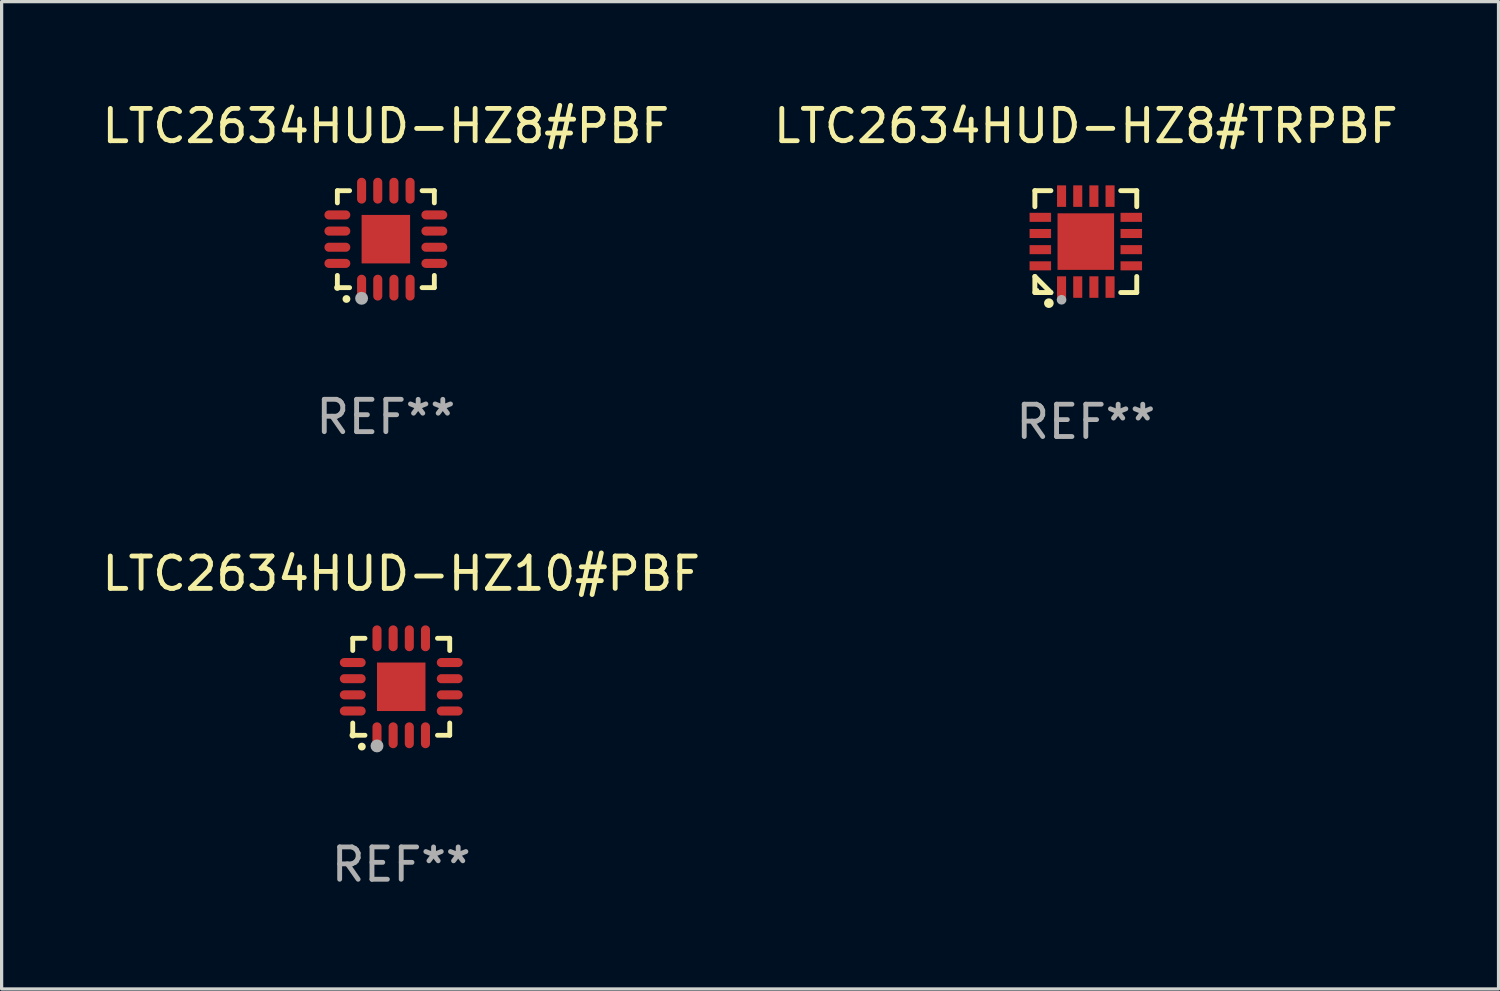
<source format=kicad_pcb>
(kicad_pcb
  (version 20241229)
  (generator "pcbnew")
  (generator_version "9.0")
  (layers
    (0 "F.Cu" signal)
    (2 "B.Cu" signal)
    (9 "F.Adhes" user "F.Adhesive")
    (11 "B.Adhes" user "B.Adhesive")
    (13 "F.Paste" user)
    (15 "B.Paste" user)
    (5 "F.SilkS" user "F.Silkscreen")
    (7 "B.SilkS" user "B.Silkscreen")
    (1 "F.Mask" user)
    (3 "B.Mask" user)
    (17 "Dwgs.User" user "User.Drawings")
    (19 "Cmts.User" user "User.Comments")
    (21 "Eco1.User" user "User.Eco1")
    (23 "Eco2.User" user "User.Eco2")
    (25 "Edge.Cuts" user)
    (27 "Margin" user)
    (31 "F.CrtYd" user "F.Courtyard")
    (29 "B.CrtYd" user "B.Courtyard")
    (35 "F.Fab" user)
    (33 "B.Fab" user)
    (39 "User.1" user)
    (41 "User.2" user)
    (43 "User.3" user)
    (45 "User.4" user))
  (footprint "LTC2634HUD-HZ10#PBF"
    (layer "F.Cu")
    (at 9.363 18.197)
    (property "Reference" "LTC2634HUD-HZ10#PBF" (at 0 -3.5 0) (layer "F.SilkS") (effects (font (size 1 1) (thickness 0.15))))
    (attr through_hole)
    (fp_line (start -1.5 -1.5) (end -1.121 -1.5) (stroke (width 0.15) (type solid)) (layer "F.SilkS"))
    (fp_line (start -1.5 -1.122) (end -1.5 -1.5) (stroke (width 0.15) (type solid)) (layer "F.SilkS"))
    (fp_line (start -1.5 1.5) (end -1.5 1.121) (stroke (width 0.15) (type solid)) (layer "F.SilkS"))
    (fp_line (start -1.121 1.5) (end -1.5 1.5) (stroke (width 0.15) (type solid)) (layer "F.SilkS"))
    (fp_line (start 1.121 -1.5) (end 1.5 -1.5) (stroke (width 0.15) (type solid)) (layer "F.SilkS"))
    (fp_line (start 1.5 -1.5) (end 1.5 -1.122) (stroke (width 0.15) (type solid)) (layer "F.SilkS"))
    (fp_line (start 1.5 1.121) (end 1.5 1.5) (stroke (width 0.15) (type solid)) (layer "F.SilkS"))
    (fp_line (start 1.5 1.5) (end 1.121 1.5) (stroke (width 0.15) (type solid)) (layer "F.SilkS"))
    (fp_arc (start -1.219926 1.850254) (mid -1.21891 1.85025) (end -1.217894 1.850254) (stroke (width 0.240005) (type solid)) (layer "F.SilkS"))
    (fp_circle (center -1.5 1.5) (end -1.45 1.5) (stroke (width 0.1) (type solid)) (fill no) (layer "F.SilkS"))
    (fp_circle (center -0.75 1.83) (end -0.65 1.83) (stroke (width 0.2) (type solid)) (fill no) (layer "F.Fab"))
    (fp_text user "REF**" (at 0 5.5 0) (layer "F.Fab") (effects (font (size 1 1) (thickness 0.15))))
    (pad "1" smd oval (at -0.75 1.5) (size 0.28 0.8) (layers "F.Cu" "F.Mask" "F.Paste"))
    (pad "2" smd oval (at -0.25 1.5) (size 0.28 0.8) (layers "F.Cu" "F.Mask" "F.Paste"))
    (pad "3" smd oval (at 0.25 1.5) (size 0.28 0.8) (layers "F.Cu" "F.Mask" "F.Paste"))
    (pad "4" smd oval (at 0.75 1.5) (size 0.28 0.8) (layers "F.Cu" "F.Mask" "F.Paste"))
    (pad "5" smd oval (at 1.5 0.75) (size 0.8 0.28) (layers "F.Cu" "F.Mask" "F.Paste"))
    (pad "6" smd oval (at 1.5 0.25) (size 0.8 0.28) (layers "F.Cu" "F.Mask" "F.Paste"))
    (pad "7" smd oval (at 1.5 -0.25) (size 0.8 0.28) (layers "F.Cu" "F.Mask" "F.Paste"))
    (pad "8" smd oval (at 1.5 -0.75) (size 0.8 0.28) (layers "F.Cu" "F.Mask" "F.Paste"))
    (pad "9" smd oval (at 0.75 -1.5) (size 0.28 0.8) (layers "F.Cu" "F.Mask" "F.Paste"))
    (pad "10" smd oval (at 0.25 -1.5) (size 0.28 0.8) (layers "F.Cu" "F.Mask" "F.Paste"))
    (pad "11" smd oval (at -0.25 -1.5) (size 0.28 0.8) (layers "F.Cu" "F.Mask" "F.Paste"))
    (pad "12" smd oval (at -0.75 -1.5) (size 0.28 0.8) (layers "F.Cu" "F.Mask" "F.Paste"))
    (pad "13" smd oval (at -1.5 -0.75) (size 0.8 0.28) (layers "F.Cu" "F.Mask" "F.Paste"))
    (pad "14" smd oval (at -1.5 -0.25) (size 0.8 0.28) (layers "F.Cu" "F.Mask" "F.Paste"))
    (pad "15" smd oval (at -1.5 0.25) (size 0.8 0.28) (layers "F.Cu" "F.Mask" "F.Paste"))
    (pad "16" smd oval (at -1.5 0.75) (size 0.8 0.28) (layers "F.Cu" "F.Mask" "F.Paste"))
    (pad "17" smd rect (at -0.000064 0.000165) (size 1.5 1.5) (layers "F.Cu" "F.Mask" "F.Paste")))
  (footprint "LTC2634HUD-HZ8#TRPBF"
    (layer "F.Cu")
    (at 30.542 4.424)
    (property "Reference" "LTC2634HUD-HZ8#TRPBF" (at 0 -3.576 0) (layer "F.SilkS") (effects (font (size 1 1) (thickness 0.15))))
    (attr through_hole)
    (fp_line (start -1.576 -1.576) (end -1.08 -1.576) (stroke (width 0.152) (type solid)) (layer "F.SilkS"))
    (fp_line (start -1.576 -1.08) (end -1.576 -1.576) (stroke (width 0.152) (type solid)) (layer "F.SilkS"))
    (fp_line (start -1.576 1.08) (end -1.576 1.576) (stroke (width 0.152) (type solid)) (layer "F.SilkS"))
    (fp_line (start -1.576 1.576) (end -1.08 1.576) (stroke (width 0.152) (type solid)) (layer "F.SilkS"))
    (fp_line (start -1.08 1.576) (end -1.576 1.08) (stroke (width 0.152) (type solid)) (layer "F.SilkS"))
    (fp_line (start 1.576 -1.576) (end 1.08 -1.576) (stroke (width 0.152) (type solid)) (layer "F.SilkS"))
    (fp_line (start 1.576 -1.08) (end 1.576 -1.576) (stroke (width 0.152) (type solid)) (layer "F.SilkS"))
    (fp_line (start 1.576 1.08) (end 1.576 1.576) (stroke (width 0.152) (type solid)) (layer "F.SilkS"))
    (fp_line (start 1.576 1.576) (end 1.08 1.576) (stroke (width 0.152) (type solid)) (layer "F.SilkS"))
    (fp_circle (center -1.5 1.5) (end -1.47 1.5) (stroke (width 0.06) (type solid)) (fill no) (layer "F.SilkS"))
    (fp_circle (center -1.143 1.905) (end -1.068 1.905) (stroke (width 0.15) (type solid)) (fill no) (layer "F.SilkS"))
    (fp_circle (center -0.75 1.8) (end -0.675 1.8) (stroke (width 0.15) (type solid)) (fill no) (layer "F.Fab"))
    (fp_text user "REF**" (at 0 5.576 0) (layer "F.Fab") (effects (font (size 1 1) (thickness 0.15))))
    (pad "1" smd rect (at -0.75 1.407) (size 0.28 0.665) (layers "F.Cu" "F.Mask" "F.Paste"))
    (pad "2" smd rect (at -0.25 1.407) (size 0.28 0.665) (layers "F.Cu" "F.Mask" "F.Paste"))
    (pad "3" smd rect (at 0.25 1.407) (size 0.28 0.665) (layers "F.Cu" "F.Mask" "F.Paste"))
    (pad "4" smd rect (at 0.75 1.407) (size 0.28 0.665) (layers "F.Cu" "F.Mask" "F.Paste"))
    (pad "5" smd rect (at 1.407 0.75) (size 0.665 0.28) (layers "F.Cu" "F.Mask" "F.Paste"))
    (pad "6" smd rect (at 1.407 0.25) (size 0.665 0.28) (layers "F.Cu" "F.Mask" "F.Paste"))
    (pad "7" smd rect (at 1.407 -0.25) (size 0.665 0.28) (layers "F.Cu" "F.Mask" "F.Paste"))
    (pad "8" smd rect (at 1.407 -0.75) (size 0.665 0.28) (layers "F.Cu" "F.Mask" "F.Paste"))
    (pad "9" smd rect (at 0.75 -1.407) (size 0.28 0.665) (layers "F.Cu" "F.Mask" "F.Paste"))
    (pad "10" smd rect (at 0.25 -1.407) (size 0.28 0.665) (layers "F.Cu" "F.Mask" "F.Paste"))
    (pad "11" smd rect (at -0.25 -1.407) (size 0.28 0.665) (layers "F.Cu" "F.Mask" "F.Paste"))
    (pad "12" smd rect (at -0.75 -1.407) (size 0.28 0.665) (layers "F.Cu" "F.Mask" "F.Paste"))
    (pad "13" smd rect (at -1.407 -0.75) (size 0.665 0.28) (layers "F.Cu" "F.Mask" "F.Paste"))
    (pad "14" smd rect (at -1.407 -0.25) (size 0.665 0.28) (layers "F.Cu" "F.Mask" "F.Paste"))
    (pad "15" smd rect (at -1.407 0.25) (size 0.665 0.28) (layers "F.Cu" "F.Mask" "F.Paste"))
    (pad "16" smd rect (at -1.407 0.75) (size 0.665 0.28) (layers "F.Cu" "F.Mask" "F.Paste"))
    (pad "17" smd rect (at 0 0) (size 1.75 1.75) (layers "F.Cu" "F.Mask" "F.Paste")))
  (footprint "LTC2634HUD-HZ8#PBF"
    (layer "F.Cu")
    (at 8.887 4.349)
    (property "Reference" "LTC2634HUD-HZ8#PBF" (at 0 -3.5 0) (layer "F.SilkS") (effects (font (size 1 1) (thickness 0.15))))
    (attr through_hole)
    (fp_line (start -1.5 -1.5) (end -1.121 -1.5) (stroke (width 0.15) (type solid)) (layer "F.SilkS"))
    (fp_line (start -1.5 -1.122) (end -1.5 -1.5) (stroke (width 0.15) (type solid)) (layer "F.SilkS"))
    (fp_line (start -1.5 1.5) (end -1.5 1.121) (stroke (width 0.15) (type solid)) (layer "F.SilkS"))
    (fp_line (start -1.121 1.5) (end -1.5 1.5) (stroke (width 0.15) (type solid)) (layer "F.SilkS"))
    (fp_line (start 1.121 -1.5) (end 1.5 -1.5) (stroke (width 0.15) (type solid)) (layer "F.SilkS"))
    (fp_line (start 1.5 -1.5) (end 1.5 -1.122) (stroke (width 0.15) (type solid)) (layer "F.SilkS"))
    (fp_line (start 1.5 1.121) (end 1.5 1.5) (stroke (width 0.15) (type solid)) (layer "F.SilkS"))
    (fp_line (start 1.5 1.5) (end 1.121 1.5) (stroke (width 0.15) (type solid)) (layer "F.SilkS"))
    (fp_arc (start -1.219926 1.850254) (mid -1.21891 1.85025) (end -1.217894 1.850254) (stroke (width 0.240005) (type solid)) (layer "F.SilkS"))
    (fp_circle (center -1.5 1.5) (end -1.45 1.5) (stroke (width 0.1) (type solid)) (fill no) (layer "F.SilkS"))
    (fp_circle (center -0.75 1.83) (end -0.65 1.83) (stroke (width 0.2) (type solid)) (fill no) (layer "F.Fab"))
    (fp_text user "REF**" (at 0 5.5 0) (layer "F.Fab") (effects (font (size 1 1) (thickness 0.15))))
    (pad "1" smd oval (at -0.75 1.5) (size 0.28 0.8) (layers "F.Cu" "F.Mask" "F.Paste"))
    (pad "2" smd oval (at -0.25 1.5) (size 0.28 0.8) (layers "F.Cu" "F.Mask" "F.Paste"))
    (pad "3" smd oval (at 0.25 1.5) (size 0.28 0.8) (layers "F.Cu" "F.Mask" "F.Paste"))
    (pad "4" smd oval (at 0.75 1.5) (size 0.28 0.8) (layers "F.Cu" "F.Mask" "F.Paste"))
    (pad "5" smd oval (at 1.5 0.75) (size 0.8 0.28) (layers "F.Cu" "F.Mask" "F.Paste"))
    (pad "6" smd oval (at 1.5 0.25) (size 0.8 0.28) (layers "F.Cu" "F.Mask" "F.Paste"))
    (pad "7" smd oval (at 1.5 -0.25) (size 0.8 0.28) (layers "F.Cu" "F.Mask" "F.Paste"))
    (pad "8" smd oval (at 1.5 -0.75) (size 0.8 0.28) (layers "F.Cu" "F.Mask" "F.Paste"))
    (pad "9" smd oval (at 0.75 -1.5) (size 0.28 0.8) (layers "F.Cu" "F.Mask" "F.Paste"))
    (pad "10" smd oval (at 0.25 -1.5) (size 0.28 0.8) (layers "F.Cu" "F.Mask" "F.Paste"))
    (pad "11" smd oval (at -0.25 -1.5) (size 0.28 0.8) (layers "F.Cu" "F.Mask" "F.Paste"))
    (pad "12" smd oval (at -0.75 -1.5) (size 0.28 0.8) (layers "F.Cu" "F.Mask" "F.Paste"))
    (pad "13" smd oval (at -1.5 -0.75) (size 0.8 0.28) (layers "F.Cu" "F.Mask" "F.Paste"))
    (pad "14" smd oval (at -1.5 -0.25) (size 0.8 0.28) (layers "F.Cu" "F.Mask" "F.Paste"))
    (pad "15" smd oval (at -1.5 0.25) (size 0.8 0.28) (layers "F.Cu" "F.Mask" "F.Paste"))
    (pad "16" smd oval (at -1.5 0.75) (size 0.8 0.28) (layers "F.Cu" "F.Mask" "F.Paste"))
    (pad "17" smd rect (at -0.000064 0.000165) (size 1.5 1.5) (layers "F.Cu" "F.Mask" "F.Paste")))
  (gr_rect
    (start -3 -3)
    (end 43.31 27.546)
    (stroke (width 0.1) (type default))
    (fill no)
    (layer "Edge.Cuts")))
</source>
